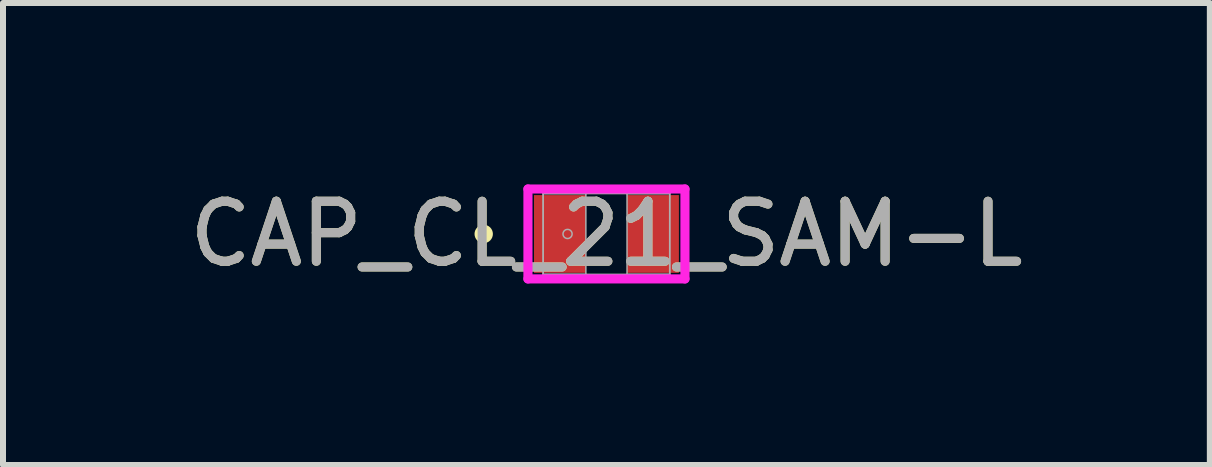
<source format=kicad_pcb>
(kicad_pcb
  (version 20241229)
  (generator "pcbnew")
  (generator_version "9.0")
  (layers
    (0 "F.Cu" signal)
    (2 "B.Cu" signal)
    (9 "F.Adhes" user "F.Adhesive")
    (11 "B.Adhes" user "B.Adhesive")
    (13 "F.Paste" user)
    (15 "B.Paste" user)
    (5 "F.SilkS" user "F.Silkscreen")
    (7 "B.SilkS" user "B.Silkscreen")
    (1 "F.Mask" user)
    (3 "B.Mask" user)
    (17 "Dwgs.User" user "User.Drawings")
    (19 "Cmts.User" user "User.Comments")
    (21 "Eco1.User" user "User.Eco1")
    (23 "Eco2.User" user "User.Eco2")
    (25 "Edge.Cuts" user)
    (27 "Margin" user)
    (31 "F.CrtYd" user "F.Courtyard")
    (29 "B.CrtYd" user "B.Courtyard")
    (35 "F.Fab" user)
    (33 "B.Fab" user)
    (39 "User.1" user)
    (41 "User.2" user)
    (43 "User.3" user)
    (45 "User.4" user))
  (footprint "CAP_CL_21_SAM-L"
    (layer "F.Cu")
    (at 7.054 0.848)
    (property "Reference" "CAP_CL_21_SAM-L" (at 0 0 0) (unlocked yes) (layer "F.SilkS") (effects (font (size 1 1) (thickness 0.15))))
    (attr smd)
    (fp_circle (center -2.045 0) (end -1.968 0) (stroke (width 0.152) (type solid)) (fill no) (layer "F.SilkS"))
    (fp_line (start -1.308 -0.749) (end 1.308 -0.749) (stroke (width 0.152) (type solid)) (layer "F.CrtYd"))
    (fp_line (start -1.308 0.749) (end -1.308 -0.749) (stroke (width 0.152) (type solid)) (layer "F.CrtYd"))
    (fp_line (start 1.308 -0.749) (end 1.308 0.749) (stroke (width 0.152) (type solid)) (layer "F.CrtYd"))
    (fp_line (start 1.308 0.749) (end -1.308 0.749) (stroke (width 0.152) (type solid)) (layer "F.CrtYd"))
    (fp_line (start -1.054 -0.673) (end -1.054 0.673) (stroke (width 0.025) (type solid)) (layer "F.Fab"))
    (fp_line (start -1.054 -0.673) (end -1.054 0.673) (stroke (width 0.025) (type solid)) (layer "F.Fab"))
    (fp_line (start -1.054 0.673) (end -0.343 0.673) (stroke (width 0.025) (type solid)) (layer "F.Fab"))
    (fp_line (start -1.054 0.673) (end 1.054 0.673) (stroke (width 0.025) (type solid)) (layer "F.Fab"))
    (fp_line (start -0.343 -0.673) (end -1.054 -0.673) (stroke (width 0.025) (type solid)) (layer "F.Fab"))
    (fp_line (start -0.343 0.673) (end -0.343 -0.673) (stroke (width 0.025) (type solid)) (layer "F.Fab"))
    (fp_line (start 0.343 -0.673) (end 0.343 0.673) (stroke (width 0.025) (type solid)) (layer "F.Fab"))
    (fp_line (start 0.343 0.673) (end 1.054 0.673) (stroke (width 0.025) (type solid)) (layer "F.Fab"))
    (fp_line (start 1.054 -0.673) (end -1.054 -0.673) (stroke (width 0.025) (type solid)) (layer "F.Fab"))
    (fp_line (start 1.054 -0.673) (end 0.343 -0.673) (stroke (width 0.025) (type solid)) (layer "F.Fab"))
    (fp_line (start 1.054 0.673) (end 1.054 -0.673) (stroke (width 0.025) (type solid)) (layer "F.Fab"))
    (fp_line (start 1.054 0.673) (end 1.054 -0.673) (stroke (width 0.025) (type solid)) (layer "F.Fab"))
    (fp_circle (center -0.648 0) (end -0.572 0) (stroke (width 0.025) (type solid)) (fill no) (layer "F.Fab"))
    (fp_text user "${REFERENCE}" (at 0 0 0) (unlocked yes) (layer "F.Fab") (effects (font (size 1 1) (thickness 0.15))))
    (pad "1" smd rect (at -0.775 0) (size 0.864 1.295) (layers "F.Cu" "F.Mask" "F.Paste"))
    (pad "2" smd rect (at 0.775 0) (size 0.864 1.295) (layers "F.Cu" "F.Mask" "F.Paste"))
    (zone (net_name "") (layer "F.Cu") (hatch full 0.508) (connect_pads) (min_thickness 0.254) (filled_areas_thickness no) (keepout (tracks not_allowed) (vias not_allowed) (pads allowed) (copperpour not_allowed) (footprints allowed)) (placement (enabled no)) (fill) (polygon (pts (xy 6.761 0.226) (xy 7.346 0.226) (xy 7.346 1.471) (xy 6.761 1.471)))))
  (gr_rect
    (start -3 -3)
    (end 17.107 4.697)
    (stroke (width 0.1) (type default))
    (fill no)
    (layer "Edge.Cuts")))
</source>
